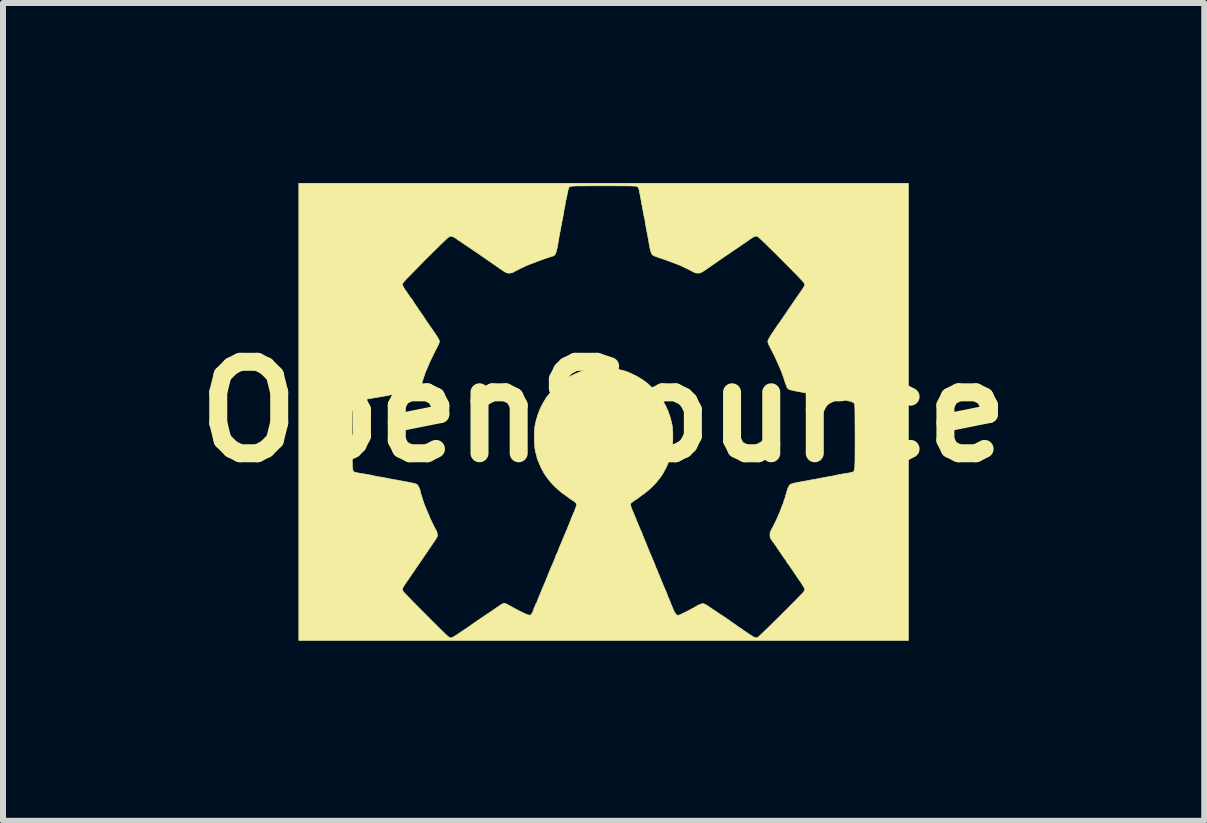
<source format=kicad_pcb>
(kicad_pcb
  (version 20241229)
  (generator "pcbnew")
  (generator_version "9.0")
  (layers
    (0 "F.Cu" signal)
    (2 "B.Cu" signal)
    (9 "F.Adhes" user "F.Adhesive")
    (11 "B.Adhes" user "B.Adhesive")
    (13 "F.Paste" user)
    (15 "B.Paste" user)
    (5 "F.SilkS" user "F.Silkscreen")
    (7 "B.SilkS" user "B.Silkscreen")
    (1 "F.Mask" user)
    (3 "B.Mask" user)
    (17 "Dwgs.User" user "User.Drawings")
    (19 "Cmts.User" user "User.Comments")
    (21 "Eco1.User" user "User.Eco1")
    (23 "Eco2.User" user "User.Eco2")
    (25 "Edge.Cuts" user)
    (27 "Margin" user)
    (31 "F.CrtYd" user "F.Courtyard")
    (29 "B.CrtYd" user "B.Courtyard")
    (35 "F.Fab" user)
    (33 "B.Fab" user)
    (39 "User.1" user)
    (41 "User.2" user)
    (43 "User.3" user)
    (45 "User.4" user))
  (footprint "OpenSource"
    (layer "F.Cu")
    (at 7.01 3.815)
    (property "Reference" "OpenSource" (at 0 0 0) (layer "F.SilkS") (effects (font (size 1.524 1.524) (thickness 0.3))))
    (attr through_hole)
    (fp_poly (pts (xy 5.08 3.81) (xy -5.08 3.81) (xy -5.08 0.527) (xy -4.191 0.527) (xy -4.191 0.624) (xy -4.191 0.707) (xy -4.19 0.776) (xy -4.189 0.833) (xy -4.188 0.879) (xy -4.186 0.915) (xy -4.183 0.944) (xy -4.179 0.965) (xy -4.175 0.98) (xy -4.169 0.99) (xy -4.163 0.997) (xy -4.155 1.001) (xy -4.145 1.004) (xy -4.138 1.006) (xy -4.116 1.012) (xy -4.084 1.019) (xy -4.048 1.025) (xy -4.047 1.025) (xy -3.989 1.034) (xy -3.939 1.043) (xy -3.897 1.05) (xy -3.867 1.056) (xy -3.852 1.06) (xy -3.838 1.064) (xy -3.812 1.069) (xy -3.785 1.074) (xy -3.67 1.094) (xy -3.591 1.11) (xy -3.554 1.117) (xy -3.516 1.124) (xy -3.502 1.127) (xy -3.471 1.132) (xy -3.432 1.139) (xy -3.395 1.146) (xy -3.355 1.153) (xy -3.308 1.162) (xy -3.262 1.17) (xy -3.255 1.172) (xy -3.203 1.182) (xy -3.163 1.191) (xy -3.131 1.2) (xy -3.113 1.207) (xy -3.102 1.217) (xy -3.089 1.238) (xy -3.075 1.265) (xy -3.063 1.291) (xy -3.057 1.313) (xy -3.056 1.317) (xy -3.054 1.332) (xy -3.048 1.355) (xy -3.045 1.365) (xy -3.036 1.392) (xy -3.025 1.428) (xy -3.015 1.461) (xy -2.999 1.509) (xy -2.983 1.553) (xy -2.965 1.598) (xy -2.943 1.651) (xy -2.93 1.679) (xy -2.918 1.707) (xy -2.908 1.729) (xy -2.904 1.741) (xy -2.904 1.741) (xy -2.9 1.752) (xy -2.891 1.775) (xy -2.876 1.806) (xy -2.859 1.842) (xy -2.84 1.88) (xy -2.822 1.917) (xy -2.805 1.949) (xy -2.792 1.974) (xy -2.784 1.987) (xy -2.784 1.987) (xy -2.779 2) (xy -2.774 2.024) (xy -2.772 2.037) (xy -2.77 2.055) (xy -2.771 2.07) (xy -2.776 2.085) (xy -2.787 2.105) (xy -2.804 2.132) (xy -2.828 2.167) (xy -2.857 2.21) (xy -2.887 2.255) (xy -2.916 2.297) (xy -2.934 2.324) (xy -2.952 2.351) (xy -2.978 2.388) (xy -3.009 2.434) (xy -3.044 2.485) (xy -3.08 2.537) (xy -3.099 2.565) (xy -3.135 2.617) (xy -3.169 2.668) (xy -3.201 2.715) (xy -3.229 2.755) (xy -3.25 2.785) (xy -3.258 2.797) (xy -3.281 2.831) (xy -3.304 2.865) (xy -3.323 2.893) (xy -3.325 2.895) (xy -3.345 2.928) (xy -3.351 2.956) (xy -3.346 2.981) (xy -3.338 2.995) (xy -3.33 3.005) (xy -3.31 3.026) (xy -3.282 3.055) (xy -3.245 3.093) (xy -3.201 3.138) (xy -3.152 3.188) (xy -3.099 3.242) (xy -3.042 3.299) (xy -2.984 3.357) (xy -2.925 3.416) (xy -2.868 3.474) (xy -2.812 3.529) (xy -2.76 3.581) (xy -2.713 3.628) (xy -2.672 3.668) (xy -2.638 3.701) (xy -2.613 3.725) (xy -2.597 3.739) (xy -2.596 3.74) (xy -2.573 3.756) (xy -2.552 3.766) (xy -2.544 3.768) (xy -2.53 3.763) (xy -2.505 3.75) (xy -2.472 3.731) (xy -2.435 3.707) (xy -2.421 3.698) (xy -2.383 3.672) (xy -2.35 3.65) (xy -2.323 3.632) (xy -2.307 3.621) (xy -2.304 3.62) (xy -2.289 3.609) (xy -2.267 3.594) (xy -2.261 3.59) (xy -2.233 3.571) (xy -2.204 3.55) (xy -2.2 3.548) (xy -2.177 3.531) (xy -2.146 3.51) (xy -2.12 3.492) (xy -2.097 3.476) (xy -2.063 3.453) (xy -2.022 3.425) (xy -1.976 3.394) (xy -1.929 3.362) (xy -1.926 3.36) (xy -1.879 3.329) (xy -1.835 3.298) (xy -1.795 3.271) (xy -1.762 3.249) (xy -1.741 3.234) (xy -1.74 3.233) (xy -1.712 3.215) (xy -1.686 3.2) (xy -1.672 3.194) (xy -1.662 3.191) (xy -1.654 3.19) (xy -1.644 3.192) (xy -1.629 3.197) (xy -1.609 3.207) (xy -1.579 3.223) (xy -1.537 3.246) (xy -1.524 3.253) (xy -1.448 3.294) (xy -1.385 3.327) (xy -1.334 3.352) (xy -1.293 3.37) (xy -1.262 3.382) (xy -1.238 3.387) (xy -1.222 3.387) (xy -1.213 3.384) (xy -1.203 3.372) (xy -1.19 3.352) (xy -1.178 3.328) (xy -1.17 3.307) (xy -1.168 3.298) (xy -1.164 3.286) (xy -1.156 3.265) (xy -1.151 3.255) (xy -1.141 3.232) (xy -1.135 3.215) (xy -1.135 3.211) (xy -1.13 3.201) (xy -1.128 3.2) (xy -1.122 3.193) (xy -1.113 3.174) (xy -1.106 3.156) (xy -1.095 3.125) (xy -1.084 3.097) (xy -1.079 3.086) (xy -1.071 3.067) (xy -1.059 3.037) (xy -1.044 3.002) (xy -1.037 2.985) (xy -1.021 2.945) (xy -1.004 2.906) (xy -0.99 2.873) (xy -0.986 2.864) (xy -0.975 2.839) (xy -0.967 2.821) (xy -0.965 2.815) (xy -0.962 2.806) (xy -0.954 2.785) (xy -0.942 2.756) (xy -0.928 2.72) (xy -0.913 2.683) (xy -0.898 2.647) (xy -0.885 2.615) (xy -0.875 2.592) (xy -0.872 2.587) (xy -0.864 2.567) (xy -0.853 2.543) (xy -0.852 2.54) (xy -0.841 2.514) (xy -0.827 2.482) (xy -0.822 2.471) (xy -0.812 2.446) (xy -0.805 2.428) (xy -0.804 2.422) (xy -0.801 2.407) (xy -0.797 2.398) (xy -0.781 2.367) (xy -0.767 2.338) (xy -0.757 2.315) (xy -0.754 2.303) (xy -0.75 2.291) (xy -0.742 2.27) (xy -0.734 2.25) (xy -0.715 2.207) (xy -0.693 2.156) (xy -0.673 2.107) (xy -0.668 2.096) (xy -0.648 2.047) (xy -0.628 1.998) (xy -0.618 1.977) (xy -0.608 1.953) (xy -0.595 1.92) (xy -0.58 1.883) (xy -0.575 1.871) (xy -0.556 1.821) (xy -0.539 1.778) (xy -0.522 1.736) (xy -0.501 1.688) (xy -0.492 1.668) (xy -0.479 1.636) (xy -0.466 1.6) (xy -0.461 1.586) (xy -0.452 1.56) (xy -0.45 1.544) (xy -0.453 1.532) (xy -0.459 1.522) (xy -0.474 1.507) (xy -0.498 1.487) (xy -0.526 1.468) (xy -0.527 1.468) (xy -0.556 1.45) (xy -0.581 1.432) (xy -0.597 1.42) (xy -0.597 1.42) (xy -0.612 1.407) (xy -0.637 1.389) (xy -0.665 1.369) (xy -0.669 1.367) (xy -0.708 1.338) (xy -0.754 1.299) (xy -0.802 1.255) (xy -0.848 1.209) (xy -0.888 1.165) (xy -0.899 1.151) (xy -0.923 1.121) (xy -0.948 1.088) (xy -0.97 1.055) (xy -0.99 1.026) (xy -1.003 1.004) (xy -1.008 0.992) (xy -1.008 0.992) (xy -1.013 0.979) (xy -1.02 0.971) (xy -1.028 0.958) (xy -1.041 0.933) (xy -1.055 0.901) (xy -1.062 0.884) (xy -1.076 0.85) (xy -1.089 0.82) (xy -1.097 0.801) (xy -1.1 0.796) (xy -1.106 0.779) (xy -1.112 0.755) (xy -1.113 0.745) (xy -1.118 0.72) (xy -1.123 0.702) (xy -1.125 0.699) (xy -1.133 0.677) (xy -1.14 0.641) (xy -1.146 0.595) (xy -1.15 0.54) (xy -1.153 0.481) (xy -1.154 0.42) (xy -1.154 0.36) (xy -1.151 0.304) (xy -1.147 0.256) (xy -1.145 0.241) (xy -1.125 0.145) (xy -1.096 0.048) (xy -1.06 -0.046) (xy -1.018 -0.132) (xy -0.982 -0.192) (xy -0.968 -0.214) (xy -0.959 -0.231) (xy -0.957 -0.237) (xy -0.951 -0.247) (xy -0.95 -0.247) (xy -0.942 -0.255) (xy -0.927 -0.272) (xy -0.911 -0.292) (xy -0.889 -0.318) (xy -0.859 -0.35) (xy -0.825 -0.386) (xy -0.789 -0.422) (xy -0.757 -0.453) (xy -0.731 -0.476) (xy -0.728 -0.478) (xy -0.642 -0.541) (xy -0.547 -0.598) (xy -0.453 -0.643) (xy -0.423 -0.656) (xy -0.399 -0.666) (xy -0.378 -0.674) (xy -0.355 -0.681) (xy -0.328 -0.688) (xy -0.291 -0.698) (xy -0.25 -0.709) (xy -0.188 -0.72) (xy -0.114 -0.728) (xy -0.034 -0.732) (xy 0.048 -0.732) (xy 0.128 -0.727) (xy 0.2 -0.719) (xy 0.25 -0.709) (xy 0.297 -0.696) (xy 0.333 -0.687) (xy 0.359 -0.68) (xy 0.381 -0.672) (xy 0.402 -0.664) (xy 0.427 -0.654) (xy 0.453 -0.643) (xy 0.548 -0.597) (xy 0.643 -0.54) (xy 0.728 -0.478) (xy 0.752 -0.457) (xy 0.784 -0.427) (xy 0.819 -0.392) (xy 0.854 -0.356) (xy 0.885 -0.323) (xy 0.908 -0.296) (xy 0.911 -0.292) (xy 0.929 -0.27) (xy 0.943 -0.253) (xy 0.95 -0.247) (xy 0.957 -0.237) (xy 0.957 -0.237) (xy 0.961 -0.226) (xy 0.972 -0.207) (xy 0.982 -0.192) (xy 1.027 -0.116) (xy 1.068 -0.028) (xy 1.103 0.067) (xy 1.13 0.165) (xy 1.145 0.241) (xy 1.15 0.287) (xy 1.153 0.341) (xy 1.154 0.399) (xy 1.154 0.46) (xy 1.151 0.521) (xy 1.148 0.577) (xy 1.142 0.626) (xy 1.136 0.666) (xy 1.128 0.693) (xy 1.125 0.699) (xy 1.12 0.712) (xy 1.115 0.734) (xy 1.113 0.745) (xy 1.108 0.771) (xy 1.102 0.791) (xy 1.1 0.796) (xy 1.094 0.809) (xy 1.083 0.834) (xy 1.07 0.865) (xy 1.066 0.876) (xy 1.051 0.91) (xy 1.037 0.94) (xy 1.025 0.961) (xy 1.023 0.964) (xy 1.012 0.981) (xy 1.008 0.992) (xy 1.003 1.004) (xy 0.99 1.026) (xy 0.971 1.054) (xy 0.948 1.087) (xy 0.924 1.12) (xy 0.9 1.15) (xy 0.899 1.151) (xy 0.862 1.194) (xy 0.817 1.24) (xy 0.769 1.286) (xy 0.722 1.326) (xy 0.681 1.359) (xy 0.669 1.367) (xy 0.64 1.387) (xy 0.615 1.405) (xy 0.598 1.419) (xy 0.597 1.42) (xy 0.579 1.434) (xy 0.555 1.451) (xy 0.546 1.456) (xy 0.517 1.475) (xy 0.487 1.496) (xy 0.48 1.502) (xy 0.46 1.518) (xy 0.451 1.531) (xy 0.451 1.548) (xy 0.452 1.56) (xy 0.459 1.588) (xy 0.471 1.621) (xy 0.478 1.637) (xy 0.49 1.664) (xy 0.505 1.7) (xy 0.522 1.742) (xy 0.534 1.77) (xy 0.567 1.852) (xy 0.596 1.923) (xy 0.624 1.986) (xy 0.632 2.004) (xy 0.643 2.029) (xy 0.65 2.047) (xy 0.652 2.053) (xy 0.655 2.064) (xy 0.663 2.083) (xy 0.664 2.086) (xy 0.693 2.155) (xy 0.718 2.214) (xy 0.737 2.265) (xy 0.739 2.27) (xy 0.754 2.307) (xy 0.77 2.346) (xy 0.781 2.371) (xy 0.796 2.405) (xy 0.811 2.439) (xy 0.817 2.455) (xy 0.831 2.488) (xy 0.845 2.521) (xy 0.848 2.529) (xy 0.858 2.553) (xy 0.863 2.572) (xy 0.864 2.577) (xy 0.868 2.591) (xy 0.871 2.594) (xy 0.878 2.604) (xy 0.887 2.625) (xy 0.893 2.639) (xy 0.904 2.669) (xy 0.915 2.696) (xy 0.919 2.705) (xy 0.927 2.722) (xy 0.939 2.752) (xy 0.954 2.789) (xy 0.971 2.83) (xy 0.973 2.836) (xy 0.991 2.88) (xy 1.009 2.923) (xy 1.025 2.96) (xy 1.037 2.986) (xy 1.037 2.987) (xy 1.049 3.012) (xy 1.056 3.032) (xy 1.058 3.04) (xy 1.062 3.052) (xy 1.071 3.074) (xy 1.083 3.103) (xy 1.084 3.104) (xy 1.096 3.132) (xy 1.105 3.153) (xy 1.109 3.163) (xy 1.109 3.164) (xy 1.112 3.174) (xy 1.12 3.192) (xy 1.121 3.195) (xy 1.129 3.215) (xy 1.142 3.246) (xy 1.156 3.28) (xy 1.16 3.289) (xy 1.182 3.337) (xy 1.203 3.369) (xy 1.223 3.387) (xy 1.244 3.391) (xy 1.251 3.39) (xy 1.265 3.384) (xy 1.292 3.372) (xy 1.326 3.355) (xy 1.366 3.336) (xy 1.408 3.315) (xy 1.448 3.294) (xy 1.483 3.275) (xy 1.511 3.26) (xy 1.524 3.252) (xy 1.564 3.228) (xy 1.603 3.21) (xy 1.637 3.198) (xy 1.662 3.195) (xy 1.666 3.196) (xy 1.682 3.203) (xy 1.708 3.217) (xy 1.741 3.237) (xy 1.772 3.258) (xy 1.817 3.288) (xy 1.867 3.322) (xy 1.916 3.355) (xy 1.939 3.37) (xy 1.987 3.401) (xy 2.03 3.43) (xy 2.068 3.456) (xy 2.098 3.477) (xy 2.118 3.491) (xy 2.125 3.497) (xy 2.134 3.503) (xy 2.153 3.516) (xy 2.178 3.533) (xy 2.18 3.535) (xy 2.207 3.553) (xy 2.229 3.569) (xy 2.242 3.579) (xy 2.242 3.579) (xy 2.258 3.591) (xy 2.279 3.603) (xy 2.28 3.604) (xy 2.299 3.615) (xy 2.311 3.623) (xy 2.311 3.623) (xy 2.322 3.632) (xy 2.343 3.648) (xy 2.373 3.668) (xy 2.406 3.691) (xy 2.441 3.714) (xy 2.474 3.735) (xy 2.501 3.751) (xy 2.52 3.762) (xy 2.525 3.764) (xy 2.548 3.764) (xy 2.567 3.76) (xy 2.576 3.753) (xy 2.596 3.735) (xy 2.625 3.708) (xy 2.663 3.672) (xy 2.707 3.629) (xy 2.757 3.581) (xy 2.811 3.528) (xy 2.869 3.471) (xy 2.928 3.413) (xy 2.987 3.354) (xy 3.046 3.296) (xy 3.102 3.239) (xy 3.156 3.185) (xy 3.204 3.136) (xy 3.247 3.092) (xy 3.283 3.055) (xy 3.311 3.026) (xy 3.328 3.007) (xy 3.334 3) (xy 3.347 2.978) (xy 3.353 2.958) (xy 3.353 2.955) (xy 3.348 2.942) (xy 3.335 2.918) (xy 3.316 2.887) (xy 3.293 2.85) (xy 3.285 2.838) (xy 3.253 2.792) (xy 3.216 2.738) (xy 3.179 2.683) (xy 3.146 2.633) (xy 3.145 2.632) (xy 3.119 2.594) (xy 3.095 2.56) (xy 3.076 2.534) (xy 3.064 2.518) (xy 3.06 2.514) (xy 3.05 2.501) (xy 3.048 2.494) (xy 3.043 2.482) (xy 3.03 2.463) (xy 3.024 2.455) (xy 3.011 2.438) (xy 2.991 2.41) (xy 2.966 2.374) (xy 2.939 2.334) (xy 2.921 2.307) (xy 2.894 2.268) (xy 2.871 2.233) (xy 2.852 2.206) (xy 2.84 2.189) (xy 2.837 2.184) (xy 2.83 2.176) (xy 2.816 2.157) (xy 2.802 2.138) (xy 2.785 2.11) (xy 2.776 2.087) (xy 2.773 2.06) (xy 2.773 2.048) (xy 2.775 2.019) (xy 2.779 1.997) (xy 2.783 1.989) (xy 2.79 1.977) (xy 2.802 1.954) (xy 2.819 1.922) (xy 2.837 1.886) (xy 2.856 1.849) (xy 2.873 1.814) (xy 2.887 1.784) (xy 2.892 1.774) (xy 2.915 1.72) (xy 2.934 1.677) (xy 2.948 1.641) (xy 2.961 1.607) (xy 2.963 1.6) (xy 2.974 1.571) (xy 2.984 1.548) (xy 2.989 1.537) (xy 2.995 1.523) (xy 3.001 1.501) (xy 3.002 1.496) (xy 3.007 1.475) (xy 3.013 1.462) (xy 3.014 1.46) (xy 3.02 1.45) (xy 3.025 1.429) (xy 3.027 1.42) (xy 3.032 1.396) (xy 3.038 1.379) (xy 3.039 1.376) (xy 3.045 1.362) (xy 3.051 1.34) (xy 3.051 1.336) (xy 3.06 1.305) (xy 3.072 1.272) (xy 3.086 1.241) (xy 3.101 1.218) (xy 3.113 1.207) (xy 3.145 1.195) (xy 3.181 1.186) (xy 3.227 1.176) (xy 3.251 1.172) (xy 3.296 1.164) (xy 3.346 1.155) (xy 3.39 1.147) (xy 3.391 1.147) (xy 3.43 1.139) (xy 3.469 1.132) (xy 3.5 1.127) (xy 3.502 1.127) (xy 3.537 1.12) (xy 3.576 1.113) (xy 3.591 1.11) (xy 3.693 1.09) (xy 3.785 1.074) (xy 3.815 1.069) (xy 3.84 1.063) (xy 3.852 1.06) (xy 3.869 1.056) (xy 3.899 1.05) (xy 3.942 1.042) (xy 3.993 1.033) (xy 4.047 1.025) (xy 4.082 1.019) (xy 4.115 1.012) (xy 4.138 1.007) (xy 4.138 1.006) (xy 4.149 1.003) (xy 4.157 1) (xy 4.165 0.995) (xy 4.171 0.987) (xy 4.177 0.975) (xy 4.181 0.958) (xy 4.184 0.935) (xy 4.187 0.904) (xy 4.188 0.864) (xy 4.19 0.815) (xy 4.19 0.754) (xy 4.191 0.68) (xy 4.191 0.593) (xy 4.191 0.491) (xy 4.191 0.415) (xy 4.191 0.29) (xy 4.19 0.181) (xy 4.19 0.088) (xy 4.189 0.011) (xy 4.188 -0.051) (xy 4.186 -0.096) (xy 4.184 -0.124) (xy 4.182 -0.136) (xy 4.163 -0.156) (xy 4.13 -0.172) (xy 4.094 -0.181) (xy 4.067 -0.186) (xy 4.032 -0.193) (xy 4.005 -0.199) (xy 3.967 -0.207) (xy 3.926 -0.215) (xy 3.903 -0.22) (xy 3.867 -0.227) (xy 3.826 -0.235) (xy 3.806 -0.238) (xy 3.771 -0.243) (xy 3.729 -0.25) (xy 3.688 -0.258) (xy 3.687 -0.258) (xy 3.603 -0.273) (xy 3.532 -0.286) (xy 3.469 -0.298) (xy 3.411 -0.309) (xy 3.408 -0.309) (xy 3.364 -0.317) (xy 3.318 -0.326) (xy 3.279 -0.333) (xy 3.272 -0.334) (xy 3.216 -0.345) (xy 3.173 -0.353) (xy 3.142 -0.36) (xy 3.12 -0.365) (xy 3.104 -0.37) (xy 3.092 -0.375) (xy 3.084 -0.379) (xy 3.06 -0.399) (xy 3.052 -0.419) (xy 3.046 -0.44) (xy 3.04 -0.453) (xy 3.034 -0.465) (xy 3.026 -0.488) (xy 3.017 -0.519) (xy 3.015 -0.525) (xy 3.005 -0.557) (xy 2.996 -0.585) (xy 2.989 -0.602) (xy 2.988 -0.603) (xy 2.981 -0.62) (xy 2.98 -0.627) (xy 2.977 -0.639) (xy 2.968 -0.664) (xy 2.951 -0.702) (xy 2.938 -0.732) (xy 2.931 -0.749) (xy 2.92 -0.775) (xy 2.908 -0.803) (xy 2.892 -0.839) (xy 2.87 -0.887) (xy 2.844 -0.942) (xy 2.814 -1.001) (xy 2.783 -1.061) (xy 2.765 -1.096) (xy 2.748 -1.132) (xy 2.739 -1.158) (xy 2.737 -1.179) (xy 2.738 -1.183) (xy 2.744 -1.2) (xy 2.758 -1.227) (xy 2.779 -1.262) (xy 2.803 -1.301) (xy 2.817 -1.321) (xy 2.843 -1.36) (xy 2.866 -1.395) (xy 2.885 -1.423) (xy 2.897 -1.441) (xy 2.9 -1.446) (xy 2.91 -1.46) (xy 2.915 -1.465) (xy 2.922 -1.474) (xy 2.936 -1.493) (xy 2.954 -1.52) (xy 2.961 -1.53) (xy 2.994 -1.578) (xy 3.031 -1.633) (xy 3.071 -1.692) (xy 3.111 -1.751) (xy 3.151 -1.809) (xy 3.188 -1.863) (xy 3.22 -1.909) (xy 3.245 -1.945) (xy 3.252 -1.956) (xy 3.287 -2.006) (xy 3.313 -2.044) (xy 3.331 -2.072) (xy 3.343 -2.093) (xy 3.349 -2.109) (xy 3.352 -2.122) (xy 3.353 -2.127) (xy 3.351 -2.134) (xy 3.346 -2.143) (xy 3.336 -2.157) (xy 3.32 -2.175) (xy 3.299 -2.199) (xy 3.27 -2.229) (xy 3.234 -2.267) (xy 3.189 -2.313) (xy 3.135 -2.368) (xy 3.071 -2.433) (xy 2.995 -2.509) (xy 2.969 -2.535) (xy 2.882 -2.623) (xy 2.804 -2.699) (xy 2.737 -2.765) (xy 2.68 -2.82) (xy 2.634 -2.864) (xy 2.599 -2.896) (xy 2.576 -2.917) (xy 2.563 -2.925) (xy 2.563 -2.926) (xy 2.542 -2.929) (xy 2.521 -2.926) (xy 2.497 -2.915) (xy 2.466 -2.896) (xy 2.433 -2.873) (xy 2.405 -2.853) (xy 2.366 -2.826) (xy 2.32 -2.795) (xy 2.271 -2.761) (xy 2.221 -2.727) (xy 2.218 -2.725) (xy 2.177 -2.698) (xy 2.139 -2.672) (xy 2.102 -2.646) (xy 2.063 -2.62) (xy 2.02 -2.591) (xy 1.972 -2.558) (xy 1.917 -2.52) (xy 1.853 -2.475) (xy 1.777 -2.422) (xy 1.754 -2.407) (xy 1.706 -2.373) (xy 1.669 -2.349) (xy 1.641 -2.332) (xy 1.619 -2.321) (xy 1.601 -2.315) (xy 1.584 -2.313) (xy 1.566 -2.314) (xy 1.559 -2.314) (xy 1.532 -2.318) (xy 1.513 -2.323) (xy 1.508 -2.326) (xy 1.499 -2.332) (xy 1.477 -2.344) (xy 1.447 -2.359) (xy 1.411 -2.377) (xy 1.41 -2.378) (xy 1.372 -2.396) (xy 1.339 -2.412) (xy 1.314 -2.425) (xy 1.3 -2.431) (xy 1.285 -2.438) (xy 1.256 -2.45) (xy 1.217 -2.465) (xy 1.171 -2.483) (xy 1.12 -2.501) (xy 1.068 -2.521) (xy 1.016 -2.539) (xy 0.969 -2.556) (xy 0.929 -2.569) (xy 0.914 -2.574) (xy 0.874 -2.588) (xy 0.841 -2.602) (xy 0.818 -2.614) (xy 0.811 -2.62) (xy 0.797 -2.645) (xy 0.783 -2.684) (xy 0.771 -2.735) (xy 0.763 -2.781) (xy 0.752 -2.842) (xy 0.739 -2.914) (xy 0.723 -2.999) (xy 0.716 -3.035) (xy 0.708 -3.078) (xy 0.7 -3.123) (xy 0.694 -3.162) (xy 0.69 -3.193) (xy 0.685 -3.219) (xy 0.681 -3.234) (xy 0.677 -3.248) (xy 0.672 -3.274) (xy 0.665 -3.307) (xy 0.663 -3.319) (xy 0.655 -3.363) (xy 0.647 -3.411) (xy 0.639 -3.452) (xy 0.638 -3.454) (xy 0.63 -3.497) (xy 0.622 -3.545) (xy 0.614 -3.586) (xy 0.604 -3.641) (xy 0.596 -3.682) (xy 0.589 -3.712) (xy 0.581 -3.732) (xy 0.574 -3.745) (xy 0.566 -3.753) (xy 0.562 -3.756) (xy 0.555 -3.758) (xy 0.545 -3.761) (xy 0.531 -3.762) (xy 0.511 -3.764) (xy 0.483 -3.765) (xy 0.447 -3.766) (xy 0.402 -3.767) (xy 0.346 -3.767) (xy 0.278 -3.767) (xy 0.197 -3.768) (xy 0.101 -3.768) (xy -0.000001 -3.768) (xy -0.11 -3.768) (xy -0.205 -3.768) (xy -0.285 -3.767) (xy -0.352 -3.767) (xy -0.407 -3.767) (xy -0.451 -3.766) (xy -0.486 -3.765) (xy -0.513 -3.764) (xy -0.532 -3.762) (xy -0.546 -3.76) (xy -0.556 -3.758) (xy -0.562 -3.756) (xy -0.566 -3.753) (xy -0.574 -3.745) (xy -0.58 -3.735) (xy -0.586 -3.72) (xy -0.592 -3.696) (xy -0.6 -3.662) (xy -0.609 -3.614) (xy -0.613 -3.592) (xy -0.62 -3.562) (xy -0.625 -3.538) (xy -0.629 -3.525) (xy -0.629 -3.525) (xy -0.632 -3.513) (xy -0.636 -3.49) (xy -0.639 -3.471) (xy -0.643 -3.44) (xy -0.649 -3.411) (xy -0.652 -3.399) (xy -0.657 -3.375) (xy -0.663 -3.344) (xy -0.664 -3.332) (xy -0.669 -3.3) (xy -0.676 -3.261) (xy -0.682 -3.234) (xy -0.689 -3.199) (xy -0.697 -3.155) (xy -0.705 -3.112) (xy -0.707 -3.103) (xy -0.714 -3.064) (xy -0.721 -3.025) (xy -0.727 -2.995) (xy -0.729 -2.989) (xy -0.735 -2.958) (xy -0.741 -2.921) (xy -0.745 -2.9) (xy -0.758 -2.821) (xy -0.769 -2.757) (xy -0.78 -2.706) (xy -0.79 -2.668) (xy -0.801 -2.64) (xy -0.812 -2.62) (xy -0.825 -2.607) (xy -0.839 -2.599) (xy -0.847 -2.597) (xy -0.871 -2.59) (xy -0.907 -2.578) (xy -0.954 -2.562) (xy -1.007 -2.544) (xy -1.063 -2.523) (xy -1.121 -2.502) (xy -1.175 -2.481) (xy -1.225 -2.462) (xy -1.266 -2.446) (xy -1.295 -2.433) (xy -1.295 -2.433) (xy -1.338 -2.413) (xy -1.381 -2.393) (xy -1.422 -2.372) (xy -1.458 -2.354) (xy -1.486 -2.339) (xy -1.504 -2.329) (xy -1.508 -2.326) (xy -1.518 -2.321) (xy -1.54 -2.317) (xy -1.559 -2.314) (xy -1.578 -2.313) (xy -1.595 -2.314) (xy -1.612 -2.318) (xy -1.633 -2.327) (xy -1.659 -2.342) (xy -1.692 -2.364) (xy -1.737 -2.394) (xy -1.754 -2.407) (xy -1.835 -2.462) (xy -1.903 -2.51) (xy -1.962 -2.551) (xy -2.014 -2.586) (xy -2.059 -2.618) (xy -2.102 -2.647) (xy -2.143 -2.675) (xy -2.186 -2.704) (xy -2.227 -2.732) (xy -2.277 -2.766) (xy -2.328 -2.8) (xy -2.375 -2.832) (xy -2.415 -2.859) (xy -2.445 -2.88) (xy -2.45 -2.884) (xy -2.49 -2.909) (xy -2.521 -2.924) (xy -2.545 -2.928) (xy -2.567 -2.923) (xy -2.588 -2.91) (xy -2.599 -2.9) (xy -2.622 -2.879) (xy -2.652 -2.85) (xy -2.69 -2.814) (xy -2.733 -2.772) (xy -2.779 -2.727) (xy -2.828 -2.679) (xy -2.876 -2.631) (xy -2.923 -2.585) (xy -2.967 -2.541) (xy -3.006 -2.502) (xy -3.038 -2.469) (xy -3.062 -2.444) (xy -3.064 -2.443) (xy -3.085 -2.42) (xy -3.115 -2.389) (xy -3.152 -2.352) (xy -3.192 -2.311) (xy -3.232 -2.27) (xy -3.275 -2.227) (xy -3.306 -2.194) (xy -3.328 -2.169) (xy -3.342 -2.151) (xy -3.35 -2.137) (xy -3.353 -2.126) (xy -3.353 -2.124) (xy -3.347 -2.102) (xy -3.33 -2.07) (xy -3.31 -2.039) (xy -3.286 -2.004) (xy -3.261 -1.968) (xy -3.241 -1.939) (xy -3.239 -1.934) (xy -3.221 -1.909) (xy -3.205 -1.889) (xy -3.197 -1.88) (xy -3.186 -1.868) (xy -3.183 -1.862) (xy -3.179 -1.853) (xy -3.166 -1.832) (xy -3.147 -1.802) (xy -3.122 -1.765) (xy -3.094 -1.724) (xy -3.065 -1.681) (xy -3.035 -1.638) (xy -3.023 -1.621) (xy -3.002 -1.592) (xy -2.985 -1.566) (xy -2.974 -1.548) (xy -2.972 -1.545) (xy -2.964 -1.532) (xy -2.948 -1.508) (xy -2.927 -1.477) (xy -2.904 -1.444) (xy -2.856 -1.376) (xy -2.818 -1.321) (xy -2.788 -1.276) (xy -2.766 -1.241) (xy -2.751 -1.214) (xy -2.741 -1.194) (xy -2.736 -1.179) (xy -2.735 -1.172) (xy -2.739 -1.156) (xy -2.749 -1.13) (xy -2.763 -1.1) (xy -2.765 -1.096) (xy -2.797 -1.035) (xy -2.827 -0.975) (xy -2.856 -0.916) (xy -2.881 -0.864) (xy -2.901 -0.821) (xy -2.908 -0.803) (xy -2.921 -0.773) (xy -2.931 -0.747) (xy -2.938 -0.732) (xy -2.959 -0.686) (xy -2.972 -0.653) (xy -2.979 -0.633) (xy -2.98 -0.627) (xy -2.984 -0.612) (xy -2.988 -0.603) (xy -2.994 -0.588) (xy -3.003 -0.562) (xy -3.013 -0.53) (xy -3.015 -0.525) (xy -3.024 -0.494) (xy -3.033 -0.468) (xy -3.039 -0.454) (xy -3.039 -0.453) (xy -3.046 -0.439) (xy -3.051 -0.422) (xy -3.062 -0.401) (xy -3.08 -0.383) (xy -3.091 -0.376) (xy -3.105 -0.37) (xy -3.124 -0.364) (xy -3.152 -0.357) (xy -3.19 -0.35) (xy -3.241 -0.34) (xy -3.268 -0.335) (xy -3.35 -0.32) (xy -3.433 -0.305) (xy -3.51 -0.29) (xy -3.552 -0.283) (xy -3.638 -0.266) (xy -3.713 -0.253) (xy -3.775 -0.242) (xy -3.806 -0.238) (xy -3.844 -0.231) (xy -3.884 -0.224) (xy -3.903 -0.22) (xy -3.938 -0.213) (xy -3.979 -0.204) (xy -4.005 -0.199) (xy -4.04 -0.192) (xy -4.073 -0.185) (xy -4.094 -0.181) (xy -4.135 -0.17) (xy -4.166 -0.154) (xy -4.182 -0.136) (xy -4.184 -0.123) (xy -4.186 -0.094) (xy -4.188 -0.049) (xy -4.189 0.013) (xy -4.19 0.091) (xy -4.19 0.185) (xy -4.191 0.295) (xy -4.191 0.415) (xy -4.191 0.527) (xy -5.08 0.527) (xy -5.08 -3.81) (xy 5.08 -3.81) (xy 5.08 3.81)) (stroke (width 0.01) (type solid)) (fill yes) (layer "F.SilkS")))
  (gr_rect
    (start -3 -3)
    (end 17.021 10.63)
    (stroke (width 0.1) (type default))
    (fill no)
    (layer "Edge.Cuts")))
</source>
